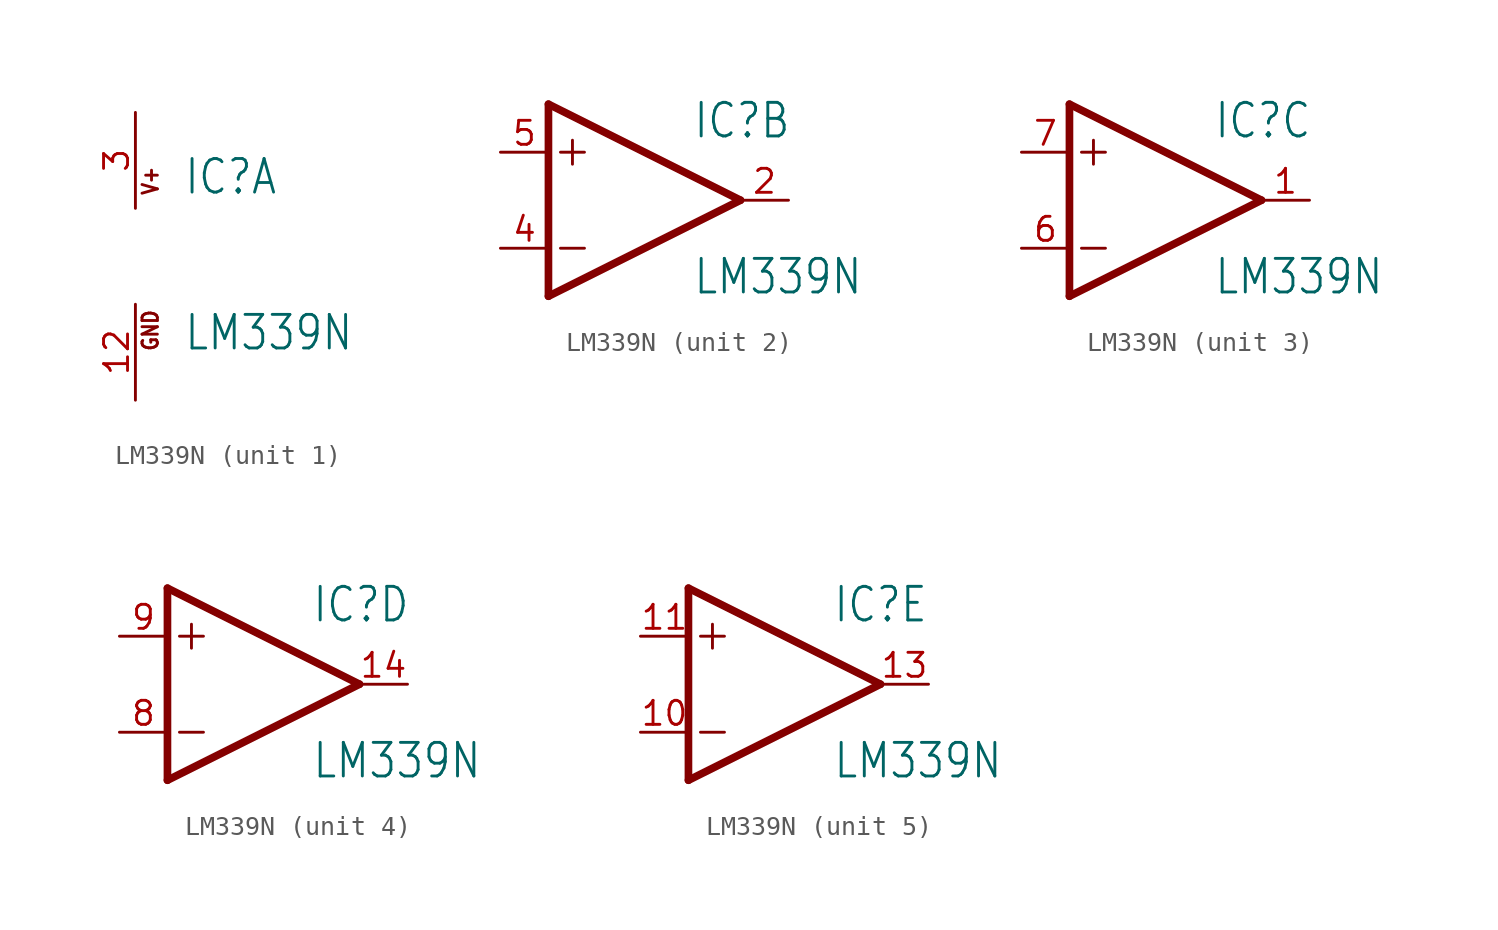
<source format=kicad_sym>
(kicad_symbol_lib
  (version 20220914)
  (generator kicad_symbol_editor)
  (symbol "LM339N"
    (property "Reference" "IC"
      (at 2.54 3.175 0)
      (effects (font (size 1.778 1.511)) (justify left bottom)))
    (property "Value" "LM339N"
      (at 2.54 -5.08 0)
      (effects (font (size 1.778 1.511)) (justify left bottom)))
    (property "ki_locked" ""
      (at 0 0 0)
      (effects (font (size 1.27 1.27))))
    (symbol "LM339N_1_0"
      (text "GND" (at 1.27 -5.08 900) (effects (font (size 0.813 0.691)) (justify left bottom)))
      (text "V+" (at 1.27 3.175 900) (effects (font (size 0.813 0.691)) (justify left bottom)))
      (pin power_in line (at 0 -7.62 90) (length 5.08) (name "GND" (effects (font (size 0 0)))) (number "12" (effects (font (size 1.27 1.27)))))
      (pin power_in line (at 0 7.62 270) (length 5.08) (name "V+" (effects (font (size 0 0)))) (number "3" (effects (font (size 1.27 1.27))))))
    (symbol "LM339N_2_0"
      (polyline (pts (xy -5.08 -5.08) (xy 5.08 0)) (stroke (width 0.406) (type default)) (fill (type none)))
      (polyline (pts (xy -5.08 5.08) (xy -5.08 -5.08)) (stroke (width 0.406) (type default)) (fill (type none)))
      (polyline (pts (xy -4.445 -2.54) (xy -3.175 -2.54)) (stroke (width 0.152) (type default)) (fill (type none)))
      (polyline (pts (xy -4.445 2.54) (xy -3.175 2.54)) (stroke (width 0.152) (type default)) (fill (type none)))
      (polyline (pts (xy -3.81 3.175) (xy -3.81 1.905)) (stroke (width 0.152) (type default)) (fill (type none)))
      (polyline (pts (xy 5.08 0) (xy -5.08 5.08)) (stroke (width 0.406) (type default)) (fill (type none)))
      (pin open_collector line (at 7.62 0 180) (length 2.54) (name "OUT" (effects (font (size 0 0)))) (number "2" (effects (font (size 1.27 1.27)))))
      (pin input line (at -7.62 -2.54 0) (length 2.54) (name "-IN" (effects (font (size 0 0)))) (number "4" (effects (font (size 1.27 1.27)))))
      (pin input line (at -7.62 2.54 0) (length 2.54) (name "+IN" (effects (font (size 0 0)))) (number "5" (effects (font (size 1.27 1.27))))))
    (symbol "LM339N_3_0"
      (polyline (pts (xy -5.08 -5.08) (xy 5.08 0)) (stroke (width 0.406) (type default)) (fill (type none)))
      (polyline (pts (xy -5.08 5.08) (xy -5.08 -5.08)) (stroke (width 0.406) (type default)) (fill (type none)))
      (polyline (pts (xy -4.445 -2.54) (xy -3.175 -2.54)) (stroke (width 0.152) (type default)) (fill (type none)))
      (polyline (pts (xy -4.445 2.54) (xy -3.175 2.54)) (stroke (width 0.152) (type default)) (fill (type none)))
      (polyline (pts (xy -3.81 3.175) (xy -3.81 1.905)) (stroke (width 0.152) (type default)) (fill (type none)))
      (polyline (pts (xy 5.08 0) (xy -5.08 5.08)) (stroke (width 0.406) (type default)) (fill (type none)))
      (pin open_collector line (at 7.62 0 180) (length 2.54) (name "OUT" (effects (font (size 0 0)))) (number "1" (effects (font (size 1.27 1.27)))))
      (pin input line (at -7.62 -2.54 0) (length 2.54) (name "-IN" (effects (font (size 0 0)))) (number "6" (effects (font (size 1.27 1.27)))))
      (pin input line (at -7.62 2.54 0) (length 2.54) (name "+IN" (effects (font (size 0 0)))) (number "7" (effects (font (size 1.27 1.27))))))
    (symbol "LM339N_4_0"
      (polyline (pts (xy -5.08 -5.08) (xy 5.08 0)) (stroke (width 0.406) (type default)) (fill (type none)))
      (polyline (pts (xy -5.08 5.08) (xy -5.08 -5.08)) (stroke (width 0.406) (type default)) (fill (type none)))
      (polyline (pts (xy -4.445 -2.54) (xy -3.175 -2.54)) (stroke (width 0.152) (type default)) (fill (type none)))
      (polyline (pts (xy -4.445 2.54) (xy -3.175 2.54)) (stroke (width 0.152) (type default)) (fill (type none)))
      (polyline (pts (xy -3.81 3.175) (xy -3.81 1.905)) (stroke (width 0.152) (type default)) (fill (type none)))
      (polyline (pts (xy 5.08 0) (xy -5.08 5.08)) (stroke (width 0.406) (type default)) (fill (type none)))
      (pin open_collector line (at 7.62 0 180) (length 2.54) (name "OUT" (effects (font (size 0 0)))) (number "14" (effects (font (size 1.27 1.27)))))
      (pin input line (at -7.62 -2.54 0) (length 2.54) (name "-IN" (effects (font (size 0 0)))) (number "8" (effects (font (size 1.27 1.27)))))
      (pin input line (at -7.62 2.54 0) (length 2.54) (name "+IN" (effects (font (size 0 0)))) (number "9" (effects (font (size 1.27 1.27))))))
    (symbol "LM339N_5_0"
      (polyline (pts (xy -5.08 -5.08) (xy 5.08 0)) (stroke (width 0.406) (type default)) (fill (type none)))
      (polyline (pts (xy -5.08 5.08) (xy -5.08 -5.08)) (stroke (width 0.406) (type default)) (fill (type none)))
      (polyline (pts (xy -4.445 -2.54) (xy -3.175 -2.54)) (stroke (width 0.152) (type default)) (fill (type none)))
      (polyline (pts (xy -4.445 2.54) (xy -3.175 2.54)) (stroke (width 0.152) (type default)) (fill (type none)))
      (polyline (pts (xy -3.81 3.175) (xy -3.81 1.905)) (stroke (width 0.152) (type default)) (fill (type none)))
      (polyline (pts (xy 5.08 0) (xy -5.08 5.08)) (stroke (width 0.406) (type default)) (fill (type none)))
      (pin input line (at -7.62 -2.54 0) (length 2.54) (name "-IN" (effects (font (size 0 0)))) (number "10" (effects (font (size 1.27 1.27)))))
      (pin input line (at -7.62 2.54 0) (length 2.54) (name "+IN" (effects (font (size 0 0)))) (number "11" (effects (font (size 1.27 1.27)))))
      (pin open_collector line (at 7.62 0 180) (length 2.54) (name "OUT" (effects (font (size 0 0)))) (number "13" (effects (font (size 1.27 1.27))))))))
</source>
